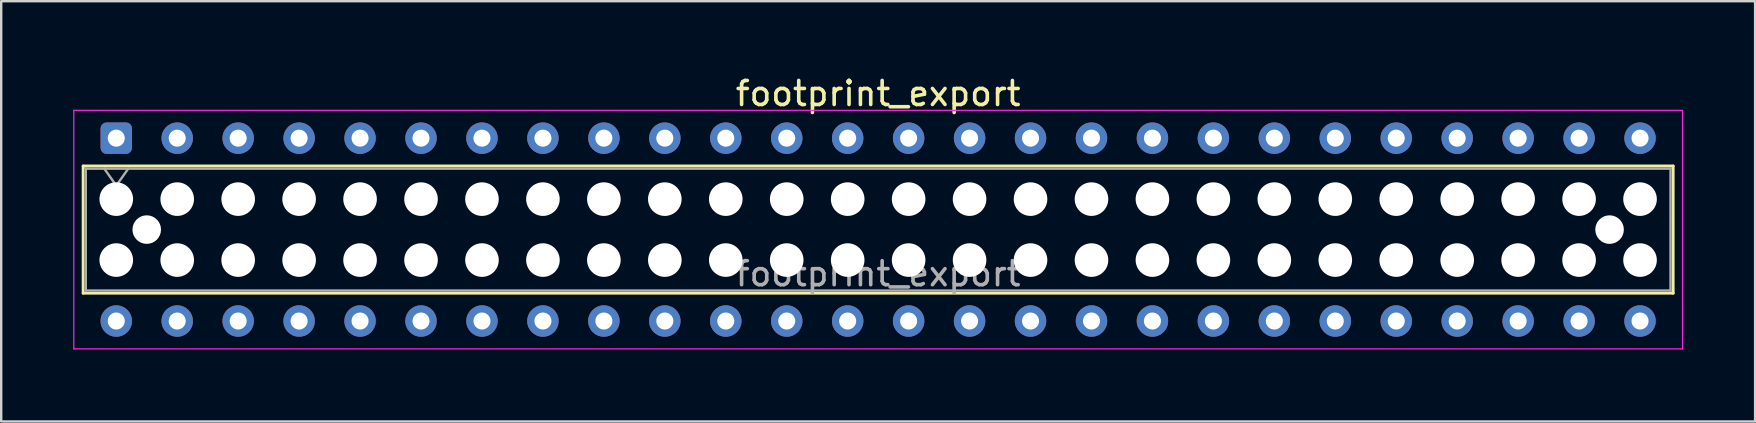
<source format=kicad_pcb>
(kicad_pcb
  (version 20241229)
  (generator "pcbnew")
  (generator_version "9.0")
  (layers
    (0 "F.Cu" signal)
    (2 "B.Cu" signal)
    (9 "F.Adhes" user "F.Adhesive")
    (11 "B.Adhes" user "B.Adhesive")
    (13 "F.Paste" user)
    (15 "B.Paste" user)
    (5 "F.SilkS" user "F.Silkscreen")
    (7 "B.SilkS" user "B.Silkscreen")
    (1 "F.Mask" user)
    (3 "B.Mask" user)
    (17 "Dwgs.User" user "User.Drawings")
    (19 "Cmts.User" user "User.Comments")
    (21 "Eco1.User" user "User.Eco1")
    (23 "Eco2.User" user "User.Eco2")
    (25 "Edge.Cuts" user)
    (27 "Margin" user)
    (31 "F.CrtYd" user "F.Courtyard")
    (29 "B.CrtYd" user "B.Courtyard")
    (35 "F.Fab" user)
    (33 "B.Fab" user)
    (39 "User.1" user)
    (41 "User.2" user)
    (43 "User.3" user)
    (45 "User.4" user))
  (footprint "footprint_export"
    (layer "F.Cu")
    (at 1.795 2.708)
    (property "Reference" "footprint_export" (at 31.75 -1.86 0) (layer "F.SilkS") (effects (font (size 1 1) (thickness 0.15))))
    (attr through_hole)
    (fp_line (start -1.38 1.16) (end 64.88 1.16) (stroke (width 0.12) (type solid)) (layer "F.SilkS"))
    (fp_line (start -1.38 6.46) (end -1.38 1.16) (stroke (width 0.12) (type solid)) (layer "F.SilkS"))
    (fp_line (start 64.88 1.16) (end 64.88 6.46) (stroke (width 0.12) (type solid)) (layer "F.SilkS"))
    (fp_line (start 64.88 6.46) (end -1.38 6.46) (stroke (width 0.12) (type solid)) (layer "F.SilkS"))
    (fp_line (start -1.77 -1.16) (end 65.27 -1.16) (stroke (width 0.05) (type solid)) (layer "F.CrtYd"))
    (fp_line (start -1.77 8.78) (end -1.77 -1.16) (stroke (width 0.05) (type solid)) (layer "F.CrtYd"))
    (fp_line (start 65.27 -1.16) (end 65.27 8.78) (stroke (width 0.05) (type solid)) (layer "F.CrtYd"))
    (fp_line (start 65.27 8.78) (end -1.77 8.78) (stroke (width 0.05) (type solid)) (layer "F.CrtYd"))
    (fp_line (start -1.27 1.27) (end 64.77 1.27) (stroke (width 0.1) (type solid)) (layer "F.Fab"))
    (fp_line (start -1.27 6.35) (end -1.27 1.27) (stroke (width 0.1) (type solid)) (layer "F.Fab"))
    (fp_line (start -0.5 1.27) (end 0 1.977) (stroke (width 0.1) (type solid)) (layer "F.Fab"))
    (fp_line (start 0 1.977) (end 0.5 1.27) (stroke (width 0.1) (type solid)) (layer "F.Fab"))
    (fp_line (start 64.77 1.27) (end 64.77 6.35) (stroke (width 0.1) (type solid)) (layer "F.Fab"))
    (fp_line (start 64.77 6.35) (end -1.27 6.35) (stroke (width 0.1) (type solid)) (layer "F.Fab"))
    (fp_text user "${REFERENCE}" (at 31.75 5.65 0) (layer "F.Fab") (effects (font (size 1 1) (thickness 0.15))))
    (pad "" np_thru_hole circle (at 0 2.54) (size 1.4 1.4) (drill 1.4) (layers "*.Cu" "*.Mask"))
    (pad "" np_thru_hole circle (at 0 5.08) (size 1.4 1.4) (drill 1.4) (layers "*.Cu" "*.Mask"))
    (pad "" np_thru_hole circle (at 1.27 3.81) (size 1.19 1.19) (drill 1.19) (layers "*.Cu" "*.Mask"))
    (pad "" np_thru_hole circle (at 2.54 2.54) (size 1.4 1.4) (drill 1.4) (layers "*.Cu" "*.Mask"))
    (pad "" np_thru_hole circle (at 2.54 5.08) (size 1.4 1.4) (drill 1.4) (layers "*.Cu" "*.Mask"))
    (pad "" np_thru_hole circle (at 5.08 2.54) (size 1.4 1.4) (drill 1.4) (layers "*.Cu" "*.Mask"))
    (pad "" np_thru_hole circle (at 5.08 5.08) (size 1.4 1.4) (drill 1.4) (layers "*.Cu" "*.Mask"))
    (pad "" np_thru_hole circle (at 7.62 2.54) (size 1.4 1.4) (drill 1.4) (layers "*.Cu" "*.Mask"))
    (pad "" np_thru_hole circle (at 7.62 5.08) (size 1.4 1.4) (drill 1.4) (layers "*.Cu" "*.Mask"))
    (pad "" np_thru_hole circle (at 10.16 2.54) (size 1.4 1.4) (drill 1.4) (layers "*.Cu" "*.Mask"))
    (pad "" np_thru_hole circle (at 10.16 5.08) (size 1.4 1.4) (drill 1.4) (layers "*.Cu" "*.Mask"))
    (pad "" np_thru_hole circle (at 12.7 2.54) (size 1.4 1.4) (drill 1.4) (layers "*.Cu" "*.Mask"))
    (pad "" np_thru_hole circle (at 12.7 5.08) (size 1.4 1.4) (drill 1.4) (layers "*.Cu" "*.Mask"))
    (pad "" np_thru_hole circle (at 15.24 2.54) (size 1.4 1.4) (drill 1.4) (layers "*.Cu" "*.Mask"))
    (pad "" np_thru_hole circle (at 15.24 5.08) (size 1.4 1.4) (drill 1.4) (layers "*.Cu" "*.Mask"))
    (pad "" np_thru_hole circle (at 17.78 2.54) (size 1.4 1.4) (drill 1.4) (layers "*.Cu" "*.Mask"))
    (pad "" np_thru_hole circle (at 17.78 5.08) (size 1.4 1.4) (drill 1.4) (layers "*.Cu" "*.Mask"))
    (pad "" np_thru_hole circle (at 20.32 2.54) (size 1.4 1.4) (drill 1.4) (layers "*.Cu" "*.Mask"))
    (pad "" np_thru_hole circle (at 20.32 5.08) (size 1.4 1.4) (drill 1.4) (layers "*.Cu" "*.Mask"))
    (pad "" np_thru_hole circle (at 22.86 2.54) (size 1.4 1.4) (drill 1.4) (layers "*.Cu" "*.Mask"))
    (pad "" np_thru_hole circle (at 22.86 5.08) (size 1.4 1.4) (drill 1.4) (layers "*.Cu" "*.Mask"))
    (pad "" np_thru_hole circle (at 25.4 2.54) (size 1.4 1.4) (drill 1.4) (layers "*.Cu" "*.Mask"))
    (pad "" np_thru_hole circle (at 25.4 5.08) (size 1.4 1.4) (drill 1.4) (layers "*.Cu" "*.Mask"))
    (pad "" np_thru_hole circle (at 27.94 2.54) (size 1.4 1.4) (drill 1.4) (layers "*.Cu" "*.Mask"))
    (pad "" np_thru_hole circle (at 27.94 5.08) (size 1.4 1.4) (drill 1.4) (layers "*.Cu" "*.Mask"))
    (pad "" np_thru_hole circle (at 30.48 2.54) (size 1.4 1.4) (drill 1.4) (layers "*.Cu" "*.Mask"))
    (pad "" np_thru_hole circle (at 30.48 5.08) (size 1.4 1.4) (drill 1.4) (layers "*.Cu" "*.Mask"))
    (pad "" np_thru_hole circle (at 33.02 2.54) (size 1.4 1.4) (drill 1.4) (layers "*.Cu" "*.Mask"))
    (pad "" np_thru_hole circle (at 33.02 5.08) (size 1.4 1.4) (drill 1.4) (layers "*.Cu" "*.Mask"))
    (pad "" np_thru_hole circle (at 35.56 2.54) (size 1.4 1.4) (drill 1.4) (layers "*.Cu" "*.Mask"))
    (pad "" np_thru_hole circle (at 35.56 5.08) (size 1.4 1.4) (drill 1.4) (layers "*.Cu" "*.Mask"))
    (pad "" np_thru_hole circle (at 38.1 2.54) (size 1.4 1.4) (drill 1.4) (layers "*.Cu" "*.Mask"))
    (pad "" np_thru_hole circle (at 38.1 5.08) (size 1.4 1.4) (drill 1.4) (layers "*.Cu" "*.Mask"))
    (pad "" np_thru_hole circle (at 40.64 2.54) (size 1.4 1.4) (drill 1.4) (layers "*.Cu" "*.Mask"))
    (pad "" np_thru_hole circle (at 40.64 5.08) (size 1.4 1.4) (drill 1.4) (layers "*.Cu" "*.Mask"))
    (pad "" np_thru_hole circle (at 43.18 2.54) (size 1.4 1.4) (drill 1.4) (layers "*.Cu" "*.Mask"))
    (pad "" np_thru_hole circle (at 43.18 5.08) (size 1.4 1.4) (drill 1.4) (layers "*.Cu" "*.Mask"))
    (pad "" np_thru_hole circle (at 45.72 2.54) (size 1.4 1.4) (drill 1.4) (layers "*.Cu" "*.Mask"))
    (pad "" np_thru_hole circle (at 45.72 5.08) (size 1.4 1.4) (drill 1.4) (layers "*.Cu" "*.Mask"))
    (pad "" np_thru_hole circle (at 48.26 2.54) (size 1.4 1.4) (drill 1.4) (layers "*.Cu" "*.Mask"))
    (pad "" np_thru_hole circle (at 48.26 5.08) (size 1.4 1.4) (drill 1.4) (layers "*.Cu" "*.Mask"))
    (pad "" np_thru_hole circle (at 50.8 2.54) (size 1.4 1.4) (drill 1.4) (layers "*.Cu" "*.Mask"))
    (pad "" np_thru_hole circle (at 50.8 5.08) (size 1.4 1.4) (drill 1.4) (layers "*.Cu" "*.Mask"))
    (pad "" np_thru_hole circle (at 53.34 2.54) (size 1.4 1.4) (drill 1.4) (layers "*.Cu" "*.Mask"))
    (pad "" np_thru_hole circle (at 53.34 5.08) (size 1.4 1.4) (drill 1.4) (layers "*.Cu" "*.Mask"))
    (pad "" np_thru_hole circle (at 55.88 2.54) (size 1.4 1.4) (drill 1.4) (layers "*.Cu" "*.Mask"))
    (pad "" np_thru_hole circle (at 55.88 5.08) (size 1.4 1.4) (drill 1.4) (layers "*.Cu" "*.Mask"))
    (pad "" np_thru_hole circle (at 58.42 2.54) (size 1.4 1.4) (drill 1.4) (layers "*.Cu" "*.Mask"))
    (pad "" np_thru_hole circle (at 58.42 5.08) (size 1.4 1.4) (drill 1.4) (layers "*.Cu" "*.Mask"))
    (pad "" np_thru_hole circle (at 60.96 2.54) (size 1.4 1.4) (drill 1.4) (layers "*.Cu" "*.Mask"))
    (pad "" np_thru_hole circle (at 60.96 5.08) (size 1.4 1.4) (drill 1.4) (layers "*.Cu" "*.Mask"))
    (pad "" np_thru_hole circle (at 62.23 3.81) (size 1.19 1.19) (drill 1.19) (layers "*.Cu" "*.Mask"))
    (pad "" np_thru_hole circle (at 63.5 2.54) (size 1.4 1.4) (drill 1.4) (layers "*.Cu" "*.Mask"))
    (pad "" np_thru_hole circle (at 63.5 5.08) (size 1.4 1.4) (drill 1.4) (layers "*.Cu" "*.Mask"))
    (pad "1" thru_hole roundrect (at 0 0) (size 1.31 1.31) (drill 0.71) (layers "*.Cu" "*.Mask") (roundrect_rratio 0.191))
    (pad "2" thru_hole circle (at 0 7.62) (size 1.31 1.31) (drill 0.71) (layers "*.Cu" "*.Mask"))
    (pad "3" thru_hole circle (at 2.54 0) (size 1.31 1.31) (drill 0.71) (layers "*.Cu" "*.Mask"))
    (pad "4" thru_hole circle (at 2.54 7.62) (size 1.31 1.31) (drill 0.71) (layers "*.Cu" "*.Mask"))
    (pad "5" thru_hole circle (at 5.08 0) (size 1.31 1.31) (drill 0.71) (layers "*.Cu" "*.Mask"))
    (pad "6" thru_hole circle (at 5.08 7.62) (size 1.31 1.31) (drill 0.71) (layers "*.Cu" "*.Mask"))
    (pad "7" thru_hole circle (at 7.62 0) (size 1.31 1.31) (drill 0.71) (layers "*.Cu" "*.Mask"))
    (pad "8" thru_hole circle (at 7.62 7.62) (size 1.31 1.31) (drill 0.71) (layers "*.Cu" "*.Mask"))
    (pad "9" thru_hole circle (at 10.16 0) (size 1.31 1.31) (drill 0.71) (layers "*.Cu" "*.Mask"))
    (pad "10" thru_hole circle (at 10.16 7.62) (size 1.31 1.31) (drill 0.71) (layers "*.Cu" "*.Mask"))
    (pad "11" thru_hole circle (at 12.7 0) (size 1.31 1.31) (drill 0.71) (layers "*.Cu" "*.Mask"))
    (pad "12" thru_hole circle (at 12.7 7.62) (size 1.31 1.31) (drill 0.71) (layers "*.Cu" "*.Mask"))
    (pad "13" thru_hole circle (at 15.24 0) (size 1.31 1.31) (drill 0.71) (layers "*.Cu" "*.Mask"))
    (pad "14" thru_hole circle (at 15.24 7.62) (size 1.31 1.31) (drill 0.71) (layers "*.Cu" "*.Mask"))
    (pad "15" thru_hole circle (at 17.78 0) (size 1.31 1.31) (drill 0.71) (layers "*.Cu" "*.Mask"))
    (pad "16" thru_hole circle (at 17.78 7.62) (size 1.31 1.31) (drill 0.71) (layers "*.Cu" "*.Mask"))
    (pad "17" thru_hole circle (at 20.32 0) (size 1.31 1.31) (drill 0.71) (layers "*.Cu" "*.Mask"))
    (pad "18" thru_hole circle (at 20.32 7.62) (size 1.31 1.31) (drill 0.71) (layers "*.Cu" "*.Mask"))
    (pad "19" thru_hole circle (at 22.86 0) (size 1.31 1.31) (drill 0.71) (layers "*.Cu" "*.Mask"))
    (pad "20" thru_hole circle (at 22.86 7.62) (size 1.31 1.31) (drill 0.71) (layers "*.Cu" "*.Mask"))
    (pad "21" thru_hole circle (at 25.4 0) (size 1.31 1.31) (drill 0.71) (layers "*.Cu" "*.Mask"))
    (pad "22" thru_hole circle (at 25.4 7.62) (size 1.31 1.31) (drill 0.71) (layers "*.Cu" "*.Mask"))
    (pad "23" thru_hole circle (at 27.94 0) (size 1.31 1.31) (drill 0.71) (layers "*.Cu" "*.Mask"))
    (pad "24" thru_hole circle (at 27.94 7.62) (size 1.31 1.31) (drill 0.71) (layers "*.Cu" "*.Mask"))
    (pad "25" thru_hole circle (at 30.48 0) (size 1.31 1.31) (drill 0.71) (layers "*.Cu" "*.Mask"))
    (pad "26" thru_hole circle (at 30.48 7.62) (size 1.31 1.31) (drill 0.71) (layers "*.Cu" "*.Mask"))
    (pad "27" thru_hole circle (at 33.02 0) (size 1.31 1.31) (drill 0.71) (layers "*.Cu" "*.Mask"))
    (pad "28" thru_hole circle (at 33.02 7.62) (size 1.31 1.31) (drill 0.71) (layers "*.Cu" "*.Mask"))
    (pad "29" thru_hole circle (at 35.56 0) (size 1.31 1.31) (drill 0.71) (layers "*.Cu" "*.Mask"))
    (pad "30" thru_hole circle (at 35.56 7.62) (size 1.31 1.31) (drill 0.71) (layers "*.Cu" "*.Mask"))
    (pad "31" thru_hole circle (at 38.1 0) (size 1.31 1.31) (drill 0.71) (layers "*.Cu" "*.Mask"))
    (pad "32" thru_hole circle (at 38.1 7.62) (size 1.31 1.31) (drill 0.71) (layers "*.Cu" "*.Mask"))
    (pad "33" thru_hole circle (at 40.64 0) (size 1.31 1.31) (drill 0.71) (layers "*.Cu" "*.Mask"))
    (pad "34" thru_hole circle (at 40.64 7.62) (size 1.31 1.31) (drill 0.71) (layers "*.Cu" "*.Mask"))
    (pad "35" thru_hole circle (at 43.18 0) (size 1.31 1.31) (drill 0.71) (layers "*.Cu" "*.Mask"))
    (pad "36" thru_hole circle (at 43.18 7.62) (size 1.31 1.31) (drill 0.71) (layers "*.Cu" "*.Mask"))
    (pad "37" thru_hole circle (at 45.72 0) (size 1.31 1.31) (drill 0.71) (layers "*.Cu" "*.Mask"))
    (pad "38" thru_hole circle (at 45.72 7.62) (size 1.31 1.31) (drill 0.71) (layers "*.Cu" "*.Mask"))
    (pad "39" thru_hole circle (at 48.26 0) (size 1.31 1.31) (drill 0.71) (layers "*.Cu" "*.Mask"))
    (pad "40" thru_hole circle (at 48.26 7.62) (size 1.31 1.31) (drill 0.71) (layers "*.Cu" "*.Mask"))
    (pad "41" thru_hole circle (at 50.8 0) (size 1.31 1.31) (drill 0.71) (layers "*.Cu" "*.Mask"))
    (pad "42" thru_hole circle (at 50.8 7.62) (size 1.31 1.31) (drill 0.71) (layers "*.Cu" "*.Mask"))
    (pad "43" thru_hole circle (at 53.34 0) (size 1.31 1.31) (drill 0.71) (layers "*.Cu" "*.Mask"))
    (pad "44" thru_hole circle (at 53.34 7.62) (size 1.31 1.31) (drill 0.71) (layers "*.Cu" "*.Mask"))
    (pad "45" thru_hole circle (at 55.88 0) (size 1.31 1.31) (drill 0.71) (layers "*.Cu" "*.Mask"))
    (pad "46" thru_hole circle (at 55.88 7.62) (size 1.31 1.31) (drill 0.71) (layers "*.Cu" "*.Mask"))
    (pad "47" thru_hole circle (at 58.42 0) (size 1.31 1.31) (drill 0.71) (layers "*.Cu" "*.Mask"))
    (pad "48" thru_hole circle (at 58.42 7.62) (size 1.31 1.31) (drill 0.71) (layers "*.Cu" "*.Mask"))
    (pad "49" thru_hole circle (at 60.96 0) (size 1.31 1.31) (drill 0.71) (layers "*.Cu" "*.Mask"))
    (pad "50" thru_hole circle (at 60.96 7.62) (size 1.31 1.31) (drill 0.71) (layers "*.Cu" "*.Mask"))
    (pad "51" thru_hole circle (at 63.5 0) (size 1.31 1.31) (drill 0.71) (layers "*.Cu" "*.Mask"))
    (pad "52" thru_hole circle (at 63.5 7.62) (size 1.31 1.31) (drill 0.71) (layers "*.Cu" "*.Mask")))
  (gr_rect
    (start -3 -3)
    (end 70.09 14.513)
    (stroke (width 0.1) (type default))
    (fill no)
    (layer "Edge.Cuts")))
</source>
